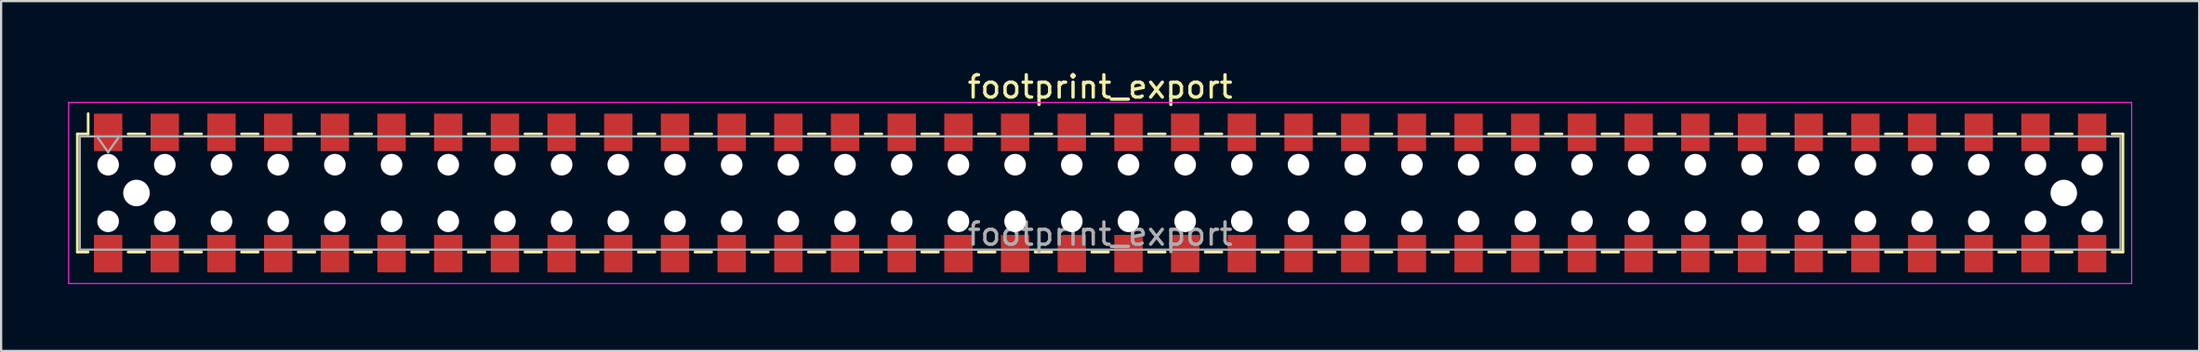
<source format=kicad_pcb>
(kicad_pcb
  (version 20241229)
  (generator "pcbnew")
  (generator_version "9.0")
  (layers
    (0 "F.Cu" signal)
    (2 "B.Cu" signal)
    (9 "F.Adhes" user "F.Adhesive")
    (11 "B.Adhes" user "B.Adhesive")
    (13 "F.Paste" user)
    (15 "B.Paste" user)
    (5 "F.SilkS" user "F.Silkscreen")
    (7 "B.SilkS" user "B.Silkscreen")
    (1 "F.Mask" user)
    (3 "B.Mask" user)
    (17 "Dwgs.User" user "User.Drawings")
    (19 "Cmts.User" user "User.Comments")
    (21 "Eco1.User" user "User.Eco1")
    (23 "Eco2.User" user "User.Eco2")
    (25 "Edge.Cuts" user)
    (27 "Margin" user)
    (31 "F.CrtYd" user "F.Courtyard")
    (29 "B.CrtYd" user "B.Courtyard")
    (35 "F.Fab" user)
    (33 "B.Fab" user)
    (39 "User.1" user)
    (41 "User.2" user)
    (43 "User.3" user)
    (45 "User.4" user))
  (footprint "footprint_export"
    (layer "F.Cu")
    (at 46.245 5.608)
    (property "Reference" "footprint_export" (at 0 -4.76 0) (layer "F.SilkS") (effects (font (size 1 1) (thickness 0.15))))
    (attr smd)
    (fp_line (start -45.83 -2.65) (end -45.83 2.65) (stroke (width 0.12) (type solid)) (layer "F.SilkS"))
    (fp_line (start -45.83 2.65) (end -45.345 2.65) (stroke (width 0.12) (type solid)) (layer "F.SilkS"))
    (fp_line (start -45.345 -3.56) (end -45.345 -2.65) (stroke (width 0.12) (type solid)) (layer "F.SilkS"))
    (fp_line (start -45.345 -2.65) (end -45.83 -2.65) (stroke (width 0.12) (type solid)) (layer "F.SilkS"))
    (fp_line (start -43.555 -2.65) (end -42.805 -2.65) (stroke (width 0.12) (type solid)) (layer "F.SilkS"))
    (fp_line (start -43.555 2.65) (end -42.805 2.65) (stroke (width 0.12) (type solid)) (layer "F.SilkS"))
    (fp_line (start -41.015 -2.65) (end -40.265 -2.65) (stroke (width 0.12) (type solid)) (layer "F.SilkS"))
    (fp_line (start -41.015 2.65) (end -40.265 2.65) (stroke (width 0.12) (type solid)) (layer "F.SilkS"))
    (fp_line (start -38.475 -2.65) (end -37.725 -2.65) (stroke (width 0.12) (type solid)) (layer "F.SilkS"))
    (fp_line (start -38.475 2.65) (end -37.725 2.65) (stroke (width 0.12) (type solid)) (layer "F.SilkS"))
    (fp_line (start -35.935 -2.65) (end -35.185 -2.65) (stroke (width 0.12) (type solid)) (layer "F.SilkS"))
    (fp_line (start -35.935 2.65) (end -35.185 2.65) (stroke (width 0.12) (type solid)) (layer "F.SilkS"))
    (fp_line (start -33.395 -2.65) (end -32.645 -2.65) (stroke (width 0.12) (type solid)) (layer "F.SilkS"))
    (fp_line (start -33.395 2.65) (end -32.645 2.65) (stroke (width 0.12) (type solid)) (layer "F.SilkS"))
    (fp_line (start -30.855 -2.65) (end -30.105 -2.65) (stroke (width 0.12) (type solid)) (layer "F.SilkS"))
    (fp_line (start -30.855 2.65) (end -30.105 2.65) (stroke (width 0.12) (type solid)) (layer "F.SilkS"))
    (fp_line (start -28.315 -2.65) (end -27.565 -2.65) (stroke (width 0.12) (type solid)) (layer "F.SilkS"))
    (fp_line (start -28.315 2.65) (end -27.565 2.65) (stroke (width 0.12) (type solid)) (layer "F.SilkS"))
    (fp_line (start -25.775 -2.65) (end -25.025 -2.65) (stroke (width 0.12) (type solid)) (layer "F.SilkS"))
    (fp_line (start -25.775 2.65) (end -25.025 2.65) (stroke (width 0.12) (type solid)) (layer "F.SilkS"))
    (fp_line (start -23.235 -2.65) (end -22.485 -2.65) (stroke (width 0.12) (type solid)) (layer "F.SilkS"))
    (fp_line (start -23.235 2.65) (end -22.485 2.65) (stroke (width 0.12) (type solid)) (layer "F.SilkS"))
    (fp_line (start -20.695 -2.65) (end -19.945 -2.65) (stroke (width 0.12) (type solid)) (layer "F.SilkS"))
    (fp_line (start -20.695 2.65) (end -19.945 2.65) (stroke (width 0.12) (type solid)) (layer "F.SilkS"))
    (fp_line (start -18.155 -2.65) (end -17.405 -2.65) (stroke (width 0.12) (type solid)) (layer "F.SilkS"))
    (fp_line (start -18.155 2.65) (end -17.405 2.65) (stroke (width 0.12) (type solid)) (layer "F.SilkS"))
    (fp_line (start -15.615 -2.65) (end -14.865 -2.65) (stroke (width 0.12) (type solid)) (layer "F.SilkS"))
    (fp_line (start -15.615 2.65) (end -14.865 2.65) (stroke (width 0.12) (type solid)) (layer "F.SilkS"))
    (fp_line (start -13.075 -2.65) (end -12.325 -2.65) (stroke (width 0.12) (type solid)) (layer "F.SilkS"))
    (fp_line (start -13.075 2.65) (end -12.325 2.65) (stroke (width 0.12) (type solid)) (layer "F.SilkS"))
    (fp_line (start -10.535 -2.65) (end -9.785 -2.65) (stroke (width 0.12) (type solid)) (layer "F.SilkS"))
    (fp_line (start -10.535 2.65) (end -9.785 2.65) (stroke (width 0.12) (type solid)) (layer "F.SilkS"))
    (fp_line (start -7.995 -2.65) (end -7.245 -2.65) (stroke (width 0.12) (type solid)) (layer "F.SilkS"))
    (fp_line (start -7.995 2.65) (end -7.245 2.65) (stroke (width 0.12) (type solid)) (layer "F.SilkS"))
    (fp_line (start -5.455 -2.65) (end -4.705 -2.65) (stroke (width 0.12) (type solid)) (layer "F.SilkS"))
    (fp_line (start -5.455 2.65) (end -4.705 2.65) (stroke (width 0.12) (type solid)) (layer "F.SilkS"))
    (fp_line (start -2.915 -2.65) (end -2.165 -2.65) (stroke (width 0.12) (type solid)) (layer "F.SilkS"))
    (fp_line (start -2.915 2.65) (end -2.165 2.65) (stroke (width 0.12) (type solid)) (layer "F.SilkS"))
    (fp_line (start -0.375 -2.65) (end 0.375 -2.65) (stroke (width 0.12) (type solid)) (layer "F.SilkS"))
    (fp_line (start -0.375 2.65) (end 0.375 2.65) (stroke (width 0.12) (type solid)) (layer "F.SilkS"))
    (fp_line (start 2.165 -2.65) (end 2.915 -2.65) (stroke (width 0.12) (type solid)) (layer "F.SilkS"))
    (fp_line (start 2.165 2.65) (end 2.915 2.65) (stroke (width 0.12) (type solid)) (layer "F.SilkS"))
    (fp_line (start 4.705 -2.65) (end 5.455 -2.65) (stroke (width 0.12) (type solid)) (layer "F.SilkS"))
    (fp_line (start 4.705 2.65) (end 5.455 2.65) (stroke (width 0.12) (type solid)) (layer "F.SilkS"))
    (fp_line (start 7.245 -2.65) (end 7.995 -2.65) (stroke (width 0.12) (type solid)) (layer "F.SilkS"))
    (fp_line (start 7.245 2.65) (end 7.995 2.65) (stroke (width 0.12) (type solid)) (layer "F.SilkS"))
    (fp_line (start 9.785 -2.65) (end 10.535 -2.65) (stroke (width 0.12) (type solid)) (layer "F.SilkS"))
    (fp_line (start 9.785 2.65) (end 10.535 2.65) (stroke (width 0.12) (type solid)) (layer "F.SilkS"))
    (fp_line (start 12.325 -2.65) (end 13.075 -2.65) (stroke (width 0.12) (type solid)) (layer "F.SilkS"))
    (fp_line (start 12.325 2.65) (end 13.075 2.65) (stroke (width 0.12) (type solid)) (layer "F.SilkS"))
    (fp_line (start 14.865 -2.65) (end 15.615 -2.65) (stroke (width 0.12) (type solid)) (layer "F.SilkS"))
    (fp_line (start 14.865 2.65) (end 15.615 2.65) (stroke (width 0.12) (type solid)) (layer "F.SilkS"))
    (fp_line (start 17.405 -2.65) (end 18.155 -2.65) (stroke (width 0.12) (type solid)) (layer "F.SilkS"))
    (fp_line (start 17.405 2.65) (end 18.155 2.65) (stroke (width 0.12) (type solid)) (layer "F.SilkS"))
    (fp_line (start 19.945 -2.65) (end 20.695 -2.65) (stroke (width 0.12) (type solid)) (layer "F.SilkS"))
    (fp_line (start 19.945 2.65) (end 20.695 2.65) (stroke (width 0.12) (type solid)) (layer "F.SilkS"))
    (fp_line (start 22.485 -2.65) (end 23.235 -2.65) (stroke (width 0.12) (type solid)) (layer "F.SilkS"))
    (fp_line (start 22.485 2.65) (end 23.235 2.65) (stroke (width 0.12) (type solid)) (layer "F.SilkS"))
    (fp_line (start 25.025 -2.65) (end 25.775 -2.65) (stroke (width 0.12) (type solid)) (layer "F.SilkS"))
    (fp_line (start 25.025 2.65) (end 25.775 2.65) (stroke (width 0.12) (type solid)) (layer "F.SilkS"))
    (fp_line (start 27.565 -2.65) (end 28.315 -2.65) (stroke (width 0.12) (type solid)) (layer "F.SilkS"))
    (fp_line (start 27.565 2.65) (end 28.315 2.65) (stroke (width 0.12) (type solid)) (layer "F.SilkS"))
    (fp_line (start 30.105 -2.65) (end 30.855 -2.65) (stroke (width 0.12) (type solid)) (layer "F.SilkS"))
    (fp_line (start 30.105 2.65) (end 30.855 2.65) (stroke (width 0.12) (type solid)) (layer "F.SilkS"))
    (fp_line (start 32.645 -2.65) (end 33.395 -2.65) (stroke (width 0.12) (type solid)) (layer "F.SilkS"))
    (fp_line (start 32.645 2.65) (end 33.395 2.65) (stroke (width 0.12) (type solid)) (layer "F.SilkS"))
    (fp_line (start 35.185 -2.65) (end 35.935 -2.65) (stroke (width 0.12) (type solid)) (layer "F.SilkS"))
    (fp_line (start 35.185 2.65) (end 35.935 2.65) (stroke (width 0.12) (type solid)) (layer "F.SilkS"))
    (fp_line (start 37.725 -2.65) (end 38.475 -2.65) (stroke (width 0.12) (type solid)) (layer "F.SilkS"))
    (fp_line (start 37.725 2.65) (end 38.475 2.65) (stroke (width 0.12) (type solid)) (layer "F.SilkS"))
    (fp_line (start 40.265 -2.65) (end 41.015 -2.65) (stroke (width 0.12) (type solid)) (layer "F.SilkS"))
    (fp_line (start 40.265 2.65) (end 41.015 2.65) (stroke (width 0.12) (type solid)) (layer "F.SilkS"))
    (fp_line (start 42.805 -2.65) (end 43.555 -2.65) (stroke (width 0.12) (type solid)) (layer "F.SilkS"))
    (fp_line (start 42.805 2.65) (end 43.555 2.65) (stroke (width 0.12) (type solid)) (layer "F.SilkS"))
    (fp_line (start 45.345 -2.65) (end 45.83 -2.65) (stroke (width 0.12) (type solid)) (layer "F.SilkS"))
    (fp_line (start 45.83 -2.65) (end 45.83 2.65) (stroke (width 0.12) (type solid)) (layer "F.SilkS"))
    (fp_line (start 45.83 2.65) (end 45.345 2.65) (stroke (width 0.12) (type solid)) (layer "F.SilkS"))
    (fp_line (start -46.22 -4.06) (end 46.22 -4.06) (stroke (width 0.05) (type solid)) (layer "F.CrtYd"))
    (fp_line (start -46.22 4.06) (end -46.22 -4.06) (stroke (width 0.05) (type solid)) (layer "F.CrtYd"))
    (fp_line (start 46.22 -4.06) (end 46.22 4.06) (stroke (width 0.05) (type solid)) (layer "F.CrtYd"))
    (fp_line (start 46.22 4.06) (end -46.22 4.06) (stroke (width 0.05) (type solid)) (layer "F.CrtYd"))
    (fp_line (start -45.72 -2.54) (end 45.72 -2.54) (stroke (width 0.1) (type solid)) (layer "F.Fab"))
    (fp_line (start -45.72 2.54) (end -45.72 -2.54) (stroke (width 0.1) (type solid)) (layer "F.Fab"))
    (fp_line (start -44.95 -2.54) (end -44.45 -1.833) (stroke (width 0.1) (type solid)) (layer "F.Fab"))
    (fp_line (start -44.45 -1.833) (end -43.95 -2.54) (stroke (width 0.1) (type solid)) (layer "F.Fab"))
    (fp_line (start 45.72 -2.54) (end 45.72 2.54) (stroke (width 0.1) (type solid)) (layer "F.Fab"))
    (fp_line (start 45.72 2.54) (end -45.72 2.54) (stroke (width 0.1) (type solid)) (layer "F.Fab"))
    (fp_text user "${REFERENCE}" (at 0 1.84 0) (layer "F.Fab") (effects (font (size 1 1) (thickness 0.15))))
    (pad "" np_thru_hole circle (at -44.45 -1.27) (size 0.97 0.97) (drill 0.97) (layers "*.Cu" "*.Mask"))
    (pad "" np_thru_hole circle (at -44.45 1.27) (size 0.97 0.97) (drill 0.97) (layers "*.Cu" "*.Mask"))
    (pad "" np_thru_hole circle (at -43.18 0) (size 1.19 1.19) (drill 1.19) (layers "*.Cu" "*.Mask"))
    (pad "" np_thru_hole circle (at -41.91 -1.27) (size 0.97 0.97) (drill 0.97) (layers "*.Cu" "*.Mask"))
    (pad "" np_thru_hole circle (at -41.91 1.27) (size 0.97 0.97) (drill 0.97) (layers "*.Cu" "*.Mask"))
    (pad "" np_thru_hole circle (at -39.37 -1.27) (size 0.97 0.97) (drill 0.97) (layers "*.Cu" "*.Mask"))
    (pad "" np_thru_hole circle (at -39.37 1.27) (size 0.97 0.97) (drill 0.97) (layers "*.Cu" "*.Mask"))
    (pad "" np_thru_hole circle (at -36.83 -1.27) (size 0.97 0.97) (drill 0.97) (layers "*.Cu" "*.Mask"))
    (pad "" np_thru_hole circle (at -36.83 1.27) (size 0.97 0.97) (drill 0.97) (layers "*.Cu" "*.Mask"))
    (pad "" np_thru_hole circle (at -34.29 -1.27) (size 0.97 0.97) (drill 0.97) (layers "*.Cu" "*.Mask"))
    (pad "" np_thru_hole circle (at -34.29 1.27) (size 0.97 0.97) (drill 0.97) (layers "*.Cu" "*.Mask"))
    (pad "" np_thru_hole circle (at -31.75 -1.27) (size 0.97 0.97) (drill 0.97) (layers "*.Cu" "*.Mask"))
    (pad "" np_thru_hole circle (at -31.75 1.27) (size 0.97 0.97) (drill 0.97) (layers "*.Cu" "*.Mask"))
    (pad "" np_thru_hole circle (at -29.21 -1.27) (size 0.97 0.97) (drill 0.97) (layers "*.Cu" "*.Mask"))
    (pad "" np_thru_hole circle (at -29.21 1.27) (size 0.97 0.97) (drill 0.97) (layers "*.Cu" "*.Mask"))
    (pad "" np_thru_hole circle (at -26.67 -1.27) (size 0.97 0.97) (drill 0.97) (layers "*.Cu" "*.Mask"))
    (pad "" np_thru_hole circle (at -26.67 1.27) (size 0.97 0.97) (drill 0.97) (layers "*.Cu" "*.Mask"))
    (pad "" np_thru_hole circle (at -24.13 -1.27) (size 0.97 0.97) (drill 0.97) (layers "*.Cu" "*.Mask"))
    (pad "" np_thru_hole circle (at -24.13 1.27) (size 0.97 0.97) (drill 0.97) (layers "*.Cu" "*.Mask"))
    (pad "" np_thru_hole circle (at -21.59 -1.27) (size 0.97 0.97) (drill 0.97) (layers "*.Cu" "*.Mask"))
    (pad "" np_thru_hole circle (at -21.59 1.27) (size 0.97 0.97) (drill 0.97) (layers "*.Cu" "*.Mask"))
    (pad "" np_thru_hole circle (at -19.05 -1.27) (size 0.97 0.97) (drill 0.97) (layers "*.Cu" "*.Mask"))
    (pad "" np_thru_hole circle (at -19.05 1.27) (size 0.97 0.97) (drill 0.97) (layers "*.Cu" "*.Mask"))
    (pad "" np_thru_hole circle (at -16.51 -1.27) (size 0.97 0.97) (drill 0.97) (layers "*.Cu" "*.Mask"))
    (pad "" np_thru_hole circle (at -16.51 1.27) (size 0.97 0.97) (drill 0.97) (layers "*.Cu" "*.Mask"))
    (pad "" np_thru_hole circle (at -13.97 -1.27) (size 0.97 0.97) (drill 0.97) (layers "*.Cu" "*.Mask"))
    (pad "" np_thru_hole circle (at -13.97 1.27) (size 0.97 0.97) (drill 0.97) (layers "*.Cu" "*.Mask"))
    (pad "" np_thru_hole circle (at -11.43 -1.27) (size 0.97 0.97) (drill 0.97) (layers "*.Cu" "*.Mask"))
    (pad "" np_thru_hole circle (at -11.43 1.27) (size 0.97 0.97) (drill 0.97) (layers "*.Cu" "*.Mask"))
    (pad "" np_thru_hole circle (at -8.89 -1.27) (size 0.97 0.97) (drill 0.97) (layers "*.Cu" "*.Mask"))
    (pad "" np_thru_hole circle (at -8.89 1.27) (size 0.97 0.97) (drill 0.97) (layers "*.Cu" "*.Mask"))
    (pad "" np_thru_hole circle (at -6.35 -1.27) (size 0.97 0.97) (drill 0.97) (layers "*.Cu" "*.Mask"))
    (pad "" np_thru_hole circle (at -6.35 1.27) (size 0.97 0.97) (drill 0.97) (layers "*.Cu" "*.Mask"))
    (pad "" np_thru_hole circle (at -3.81 -1.27) (size 0.97 0.97) (drill 0.97) (layers "*.Cu" "*.Mask"))
    (pad "" np_thru_hole circle (at -3.81 1.27) (size 0.97 0.97) (drill 0.97) (layers "*.Cu" "*.Mask"))
    (pad "" np_thru_hole circle (at -1.27 -1.27) (size 0.97 0.97) (drill 0.97) (layers "*.Cu" "*.Mask"))
    (pad "" np_thru_hole circle (at -1.27 1.27) (size 0.97 0.97) (drill 0.97) (layers "*.Cu" "*.Mask"))
    (pad "" np_thru_hole circle (at 1.27 -1.27) (size 0.97 0.97) (drill 0.97) (layers "*.Cu" "*.Mask"))
    (pad "" np_thru_hole circle (at 1.27 1.27) (size 0.97 0.97) (drill 0.97) (layers "*.Cu" "*.Mask"))
    (pad "" np_thru_hole circle (at 3.81 -1.27) (size 0.97 0.97) (drill 0.97) (layers "*.Cu" "*.Mask"))
    (pad "" np_thru_hole circle (at 3.81 1.27) (size 0.97 0.97) (drill 0.97) (layers "*.Cu" "*.Mask"))
    (pad "" np_thru_hole circle (at 6.35 -1.27) (size 0.97 0.97) (drill 0.97) (layers "*.Cu" "*.Mask"))
    (pad "" np_thru_hole circle (at 6.35 1.27) (size 0.97 0.97) (drill 0.97) (layers "*.Cu" "*.Mask"))
    (pad "" np_thru_hole circle (at 8.89 -1.27) (size 0.97 0.97) (drill 0.97) (layers "*.Cu" "*.Mask"))
    (pad "" np_thru_hole circle (at 8.89 1.27) (size 0.97 0.97) (drill 0.97) (layers "*.Cu" "*.Mask"))
    (pad "" np_thru_hole circle (at 11.43 -1.27) (size 0.97 0.97) (drill 0.97) (layers "*.Cu" "*.Mask"))
    (pad "" np_thru_hole circle (at 11.43 1.27) (size 0.97 0.97) (drill 0.97) (layers "*.Cu" "*.Mask"))
    (pad "" np_thru_hole circle (at 13.97 -1.27) (size 0.97 0.97) (drill 0.97) (layers "*.Cu" "*.Mask"))
    (pad "" np_thru_hole circle (at 13.97 1.27) (size 0.97 0.97) (drill 0.97) (layers "*.Cu" "*.Mask"))
    (pad "" np_thru_hole circle (at 16.51 -1.27) (size 0.97 0.97) (drill 0.97) (layers "*.Cu" "*.Mask"))
    (pad "" np_thru_hole circle (at 16.51 1.27) (size 0.97 0.97) (drill 0.97) (layers "*.Cu" "*.Mask"))
    (pad "" np_thru_hole circle (at 19.05 -1.27) (size 0.97 0.97) (drill 0.97) (layers "*.Cu" "*.Mask"))
    (pad "" np_thru_hole circle (at 19.05 1.27) (size 0.97 0.97) (drill 0.97) (layers "*.Cu" "*.Mask"))
    (pad "" np_thru_hole circle (at 21.59 -1.27) (size 0.97 0.97) (drill 0.97) (layers "*.Cu" "*.Mask"))
    (pad "" np_thru_hole circle (at 21.59 1.27) (size 0.97 0.97) (drill 0.97) (layers "*.Cu" "*.Mask"))
    (pad "" np_thru_hole circle (at 24.13 -1.27) (size 0.97 0.97) (drill 0.97) (layers "*.Cu" "*.Mask"))
    (pad "" np_thru_hole circle (at 24.13 1.27) (size 0.97 0.97) (drill 0.97) (layers "*.Cu" "*.Mask"))
    (pad "" np_thru_hole circle (at 26.67 -1.27) (size 0.97 0.97) (drill 0.97) (layers "*.Cu" "*.Mask"))
    (pad "" np_thru_hole circle (at 26.67 1.27) (size 0.97 0.97) (drill 0.97) (layers "*.Cu" "*.Mask"))
    (pad "" np_thru_hole circle (at 29.21 -1.27) (size 0.97 0.97) (drill 0.97) (layers "*.Cu" "*.Mask"))
    (pad "" np_thru_hole circle (at 29.21 1.27) (size 0.97 0.97) (drill 0.97) (layers "*.Cu" "*.Mask"))
    (pad "" np_thru_hole circle (at 31.75 -1.27) (size 0.97 0.97) (drill 0.97) (layers "*.Cu" "*.Mask"))
    (pad "" np_thru_hole circle (at 31.75 1.27) (size 0.97 0.97) (drill 0.97) (layers "*.Cu" "*.Mask"))
    (pad "" np_thru_hole circle (at 34.29 -1.27) (size 0.97 0.97) (drill 0.97) (layers "*.Cu" "*.Mask"))
    (pad "" np_thru_hole circle (at 34.29 1.27) (size 0.97 0.97) (drill 0.97) (layers "*.Cu" "*.Mask"))
    (pad "" np_thru_hole circle (at 36.83 -1.27) (size 0.97 0.97) (drill 0.97) (layers "*.Cu" "*.Mask"))
    (pad "" np_thru_hole circle (at 36.83 1.27) (size 0.97 0.97) (drill 0.97) (layers "*.Cu" "*.Mask"))
    (pad "" np_thru_hole circle (at 39.37 -1.27) (size 0.97 0.97) (drill 0.97) (layers "*.Cu" "*.Mask"))
    (pad "" np_thru_hole circle (at 39.37 1.27) (size 0.97 0.97) (drill 0.97) (layers "*.Cu" "*.Mask"))
    (pad "" np_thru_hole circle (at 41.91 -1.27) (size 0.97 0.97) (drill 0.97) (layers "*.Cu" "*.Mask"))
    (pad "" np_thru_hole circle (at 41.91 1.27) (size 0.97 0.97) (drill 0.97) (layers "*.Cu" "*.Mask"))
    (pad "" np_thru_hole circle (at 43.18 0) (size 1.19 1.19) (drill 1.19) (layers "*.Cu" "*.Mask"))
    (pad "" np_thru_hole circle (at 44.45 -1.27) (size 0.97 0.97) (drill 0.97) (layers "*.Cu" "*.Mask"))
    (pad "" np_thru_hole circle (at 44.45 1.27) (size 0.97 0.97) (drill 0.97) (layers "*.Cu" "*.Mask"))
    (pad "1" smd rect (at -44.45 -2.72) (size 1.27 1.68) (layers "F.Cu" "F.Mask" "F.Paste"))
    (pad "2" smd rect (at -44.45 2.72) (size 1.27 1.68) (layers "F.Cu" "F.Mask" "F.Paste"))
    (pad "3" smd rect (at -41.91 -2.72) (size 1.27 1.68) (layers "F.Cu" "F.Mask" "F.Paste"))
    (pad "4" smd rect (at -41.91 2.72) (size 1.27 1.68) (layers "F.Cu" "F.Mask" "F.Paste"))
    (pad "5" smd rect (at -39.37 -2.72) (size 1.27 1.68) (layers "F.Cu" "F.Mask" "F.Paste"))
    (pad "6" smd rect (at -39.37 2.72) (size 1.27 1.68) (layers "F.Cu" "F.Mask" "F.Paste"))
    (pad "7" smd rect (at -36.83 -2.72) (size 1.27 1.68) (layers "F.Cu" "F.Mask" "F.Paste"))
    (pad "8" smd rect (at -36.83 2.72) (size 1.27 1.68) (layers "F.Cu" "F.Mask" "F.Paste"))
    (pad "9" smd rect (at -34.29 -2.72) (size 1.27 1.68) (layers "F.Cu" "F.Mask" "F.Paste"))
    (pad "10" smd rect (at -34.29 2.72) (size 1.27 1.68) (layers "F.Cu" "F.Mask" "F.Paste"))
    (pad "11" smd rect (at -31.75 -2.72) (size 1.27 1.68) (layers "F.Cu" "F.Mask" "F.Paste"))
    (pad "12" smd rect (at -31.75 2.72) (size 1.27 1.68) (layers "F.Cu" "F.Mask" "F.Paste"))
    (pad "13" smd rect (at -29.21 -2.72) (size 1.27 1.68) (layers "F.Cu" "F.Mask" "F.Paste"))
    (pad "14" smd rect (at -29.21 2.72) (size 1.27 1.68) (layers "F.Cu" "F.Mask" "F.Paste"))
    (pad "15" smd rect (at -26.67 -2.72) (size 1.27 1.68) (layers "F.Cu" "F.Mask" "F.Paste"))
    (pad "16" smd rect (at -26.67 2.72) (size 1.27 1.68) (layers "F.Cu" "F.Mask" "F.Paste"))
    (pad "17" smd rect (at -24.13 -2.72) (size 1.27 1.68) (layers "F.Cu" "F.Mask" "F.Paste"))
    (pad "18" smd rect (at -24.13 2.72) (size 1.27 1.68) (layers "F.Cu" "F.Mask" "F.Paste"))
    (pad "19" smd rect (at -21.59 -2.72) (size 1.27 1.68) (layers "F.Cu" "F.Mask" "F.Paste"))
    (pad "20" smd rect (at -21.59 2.72) (size 1.27 1.68) (layers "F.Cu" "F.Mask" "F.Paste"))
    (pad "21" smd rect (at -19.05 -2.72) (size 1.27 1.68) (layers "F.Cu" "F.Mask" "F.Paste"))
    (pad "22" smd rect (at -19.05 2.72) (size 1.27 1.68) (layers "F.Cu" "F.Mask" "F.Paste"))
    (pad "23" smd rect (at -16.51 -2.72) (size 1.27 1.68) (layers "F.Cu" "F.Mask" "F.Paste"))
    (pad "24" smd rect (at -16.51 2.72) (size 1.27 1.68) (layers "F.Cu" "F.Mask" "F.Paste"))
    (pad "25" smd rect (at -13.97 -2.72) (size 1.27 1.68) (layers "F.Cu" "F.Mask" "F.Paste"))
    (pad "26" smd rect (at -13.97 2.72) (size 1.27 1.68) (layers "F.Cu" "F.Mask" "F.Paste"))
    (pad "27" smd rect (at -11.43 -2.72) (size 1.27 1.68) (layers "F.Cu" "F.Mask" "F.Paste"))
    (pad "28" smd rect (at -11.43 2.72) (size 1.27 1.68) (layers "F.Cu" "F.Mask" "F.Paste"))
    (pad "29" smd rect (at -8.89 -2.72) (size 1.27 1.68) (layers "F.Cu" "F.Mask" "F.Paste"))
    (pad "30" smd rect (at -8.89 2.72) (size 1.27 1.68) (layers "F.Cu" "F.Mask" "F.Paste"))
    (pad "31" smd rect (at -6.35 -2.72) (size 1.27 1.68) (layers "F.Cu" "F.Mask" "F.Paste"))
    (pad "32" smd rect (at -6.35 2.72) (size 1.27 1.68) (layers "F.Cu" "F.Mask" "F.Paste"))
    (pad "33" smd rect (at -3.81 -2.72) (size 1.27 1.68) (layers "F.Cu" "F.Mask" "F.Paste"))
    (pad "34" smd rect (at -3.81 2.72) (size 1.27 1.68) (layers "F.Cu" "F.Mask" "F.Paste"))
    (pad "35" smd rect (at -1.27 -2.72) (size 1.27 1.68) (layers "F.Cu" "F.Mask" "F.Paste"))
    (pad "36" smd rect (at -1.27 2.72) (size 1.27 1.68) (layers "F.Cu" "F.Mask" "F.Paste"))
    (pad "37" smd rect (at 1.27 -2.72) (size 1.27 1.68) (layers "F.Cu" "F.Mask" "F.Paste"))
    (pad "38" smd rect (at 1.27 2.72) (size 1.27 1.68) (layers "F.Cu" "F.Mask" "F.Paste"))
    (pad "39" smd rect (at 3.81 -2.72) (size 1.27 1.68) (layers "F.Cu" "F.Mask" "F.Paste"))
    (pad "40" smd rect (at 3.81 2.72) (size 1.27 1.68) (layers "F.Cu" "F.Mask" "F.Paste"))
    (pad "41" smd rect (at 6.35 -2.72) (size 1.27 1.68) (layers "F.Cu" "F.Mask" "F.Paste"))
    (pad "42" smd rect (at 6.35 2.72) (size 1.27 1.68) (layers "F.Cu" "F.Mask" "F.Paste"))
    (pad "43" smd rect (at 8.89 -2.72) (size 1.27 1.68) (layers "F.Cu" "F.Mask" "F.Paste"))
    (pad "44" smd rect (at 8.89 2.72) (size 1.27 1.68) (layers "F.Cu" "F.Mask" "F.Paste"))
    (pad "45" smd rect (at 11.43 -2.72) (size 1.27 1.68) (layers "F.Cu" "F.Mask" "F.Paste"))
    (pad "46" smd rect (at 11.43 2.72) (size 1.27 1.68) (layers "F.Cu" "F.Mask" "F.Paste"))
    (pad "47" smd rect (at 13.97 -2.72) (size 1.27 1.68) (layers "F.Cu" "F.Mask" "F.Paste"))
    (pad "48" smd rect (at 13.97 2.72) (size 1.27 1.68) (layers "F.Cu" "F.Mask" "F.Paste"))
    (pad "49" smd rect (at 16.51 -2.72) (size 1.27 1.68) (layers "F.Cu" "F.Mask" "F.Paste"))
    (pad "50" smd rect (at 16.51 2.72) (size 1.27 1.68) (layers "F.Cu" "F.Mask" "F.Paste"))
    (pad "51" smd rect (at 19.05 -2.72) (size 1.27 1.68) (layers "F.Cu" "F.Mask" "F.Paste"))
    (pad "52" smd rect (at 19.05 2.72) (size 1.27 1.68) (layers "F.Cu" "F.Mask" "F.Paste"))
    (pad "53" smd rect (at 21.59 -2.72) (size 1.27 1.68) (layers "F.Cu" "F.Mask" "F.Paste"))
    (pad "54" smd rect (at 21.59 2.72) (size 1.27 1.68) (layers "F.Cu" "F.Mask" "F.Paste"))
    (pad "55" smd rect (at 24.13 -2.72) (size 1.27 1.68) (layers "F.Cu" "F.Mask" "F.Paste"))
    (pad "56" smd rect (at 24.13 2.72) (size 1.27 1.68) (layers "F.Cu" "F.Mask" "F.Paste"))
    (pad "57" smd rect (at 26.67 -2.72) (size 1.27 1.68) (layers "F.Cu" "F.Mask" "F.Paste"))
    (pad "58" smd rect (at 26.67 2.72) (size 1.27 1.68) (layers "F.Cu" "F.Mask" "F.Paste"))
    (pad "59" smd rect (at 29.21 -2.72) (size 1.27 1.68) (layers "F.Cu" "F.Mask" "F.Paste"))
    (pad "60" smd rect (at 29.21 2.72) (size 1.27 1.68) (layers "F.Cu" "F.Mask" "F.Paste"))
    (pad "61" smd rect (at 31.75 -2.72) (size 1.27 1.68) (layers "F.Cu" "F.Mask" "F.Paste"))
    (pad "62" smd rect (at 31.75 2.72) (size 1.27 1.68) (layers "F.Cu" "F.Mask" "F.Paste"))
    (pad "63" smd rect (at 34.29 -2.72) (size 1.27 1.68) (layers "F.Cu" "F.Mask" "F.Paste"))
    (pad "64" smd rect (at 34.29 2.72) (size 1.27 1.68) (layers "F.Cu" "F.Mask" "F.Paste"))
    (pad "65" smd rect (at 36.83 -2.72) (size 1.27 1.68) (layers "F.Cu" "F.Mask" "F.Paste"))
    (pad "66" smd rect (at 36.83 2.72) (size 1.27 1.68) (layers "F.Cu" "F.Mask" "F.Paste"))
    (pad "67" smd rect (at 39.37 -2.72) (size 1.27 1.68) (layers "F.Cu" "F.Mask" "F.Paste"))
    (pad "68" smd rect (at 39.37 2.72) (size 1.27 1.68) (layers "F.Cu" "F.Mask" "F.Paste"))
    (pad "69" smd rect (at 41.91 -2.72) (size 1.27 1.68) (layers "F.Cu" "F.Mask" "F.Paste"))
    (pad "70" smd rect (at 41.91 2.72) (size 1.27 1.68) (layers "F.Cu" "F.Mask" "F.Paste"))
    (pad "71" smd rect (at 44.45 -2.72) (size 1.27 1.68) (layers "F.Cu" "F.Mask" "F.Paste"))
    (pad "72" smd rect (at 44.45 2.72) (size 1.27 1.68) (layers "F.Cu" "F.Mask" "F.Paste")))
  (gr_rect
    (start -3 -3)
    (end 95.49 12.693)
    (stroke (width 0.1) (type default))
    (fill no)
    (layer "Edge.Cuts")))
</source>
